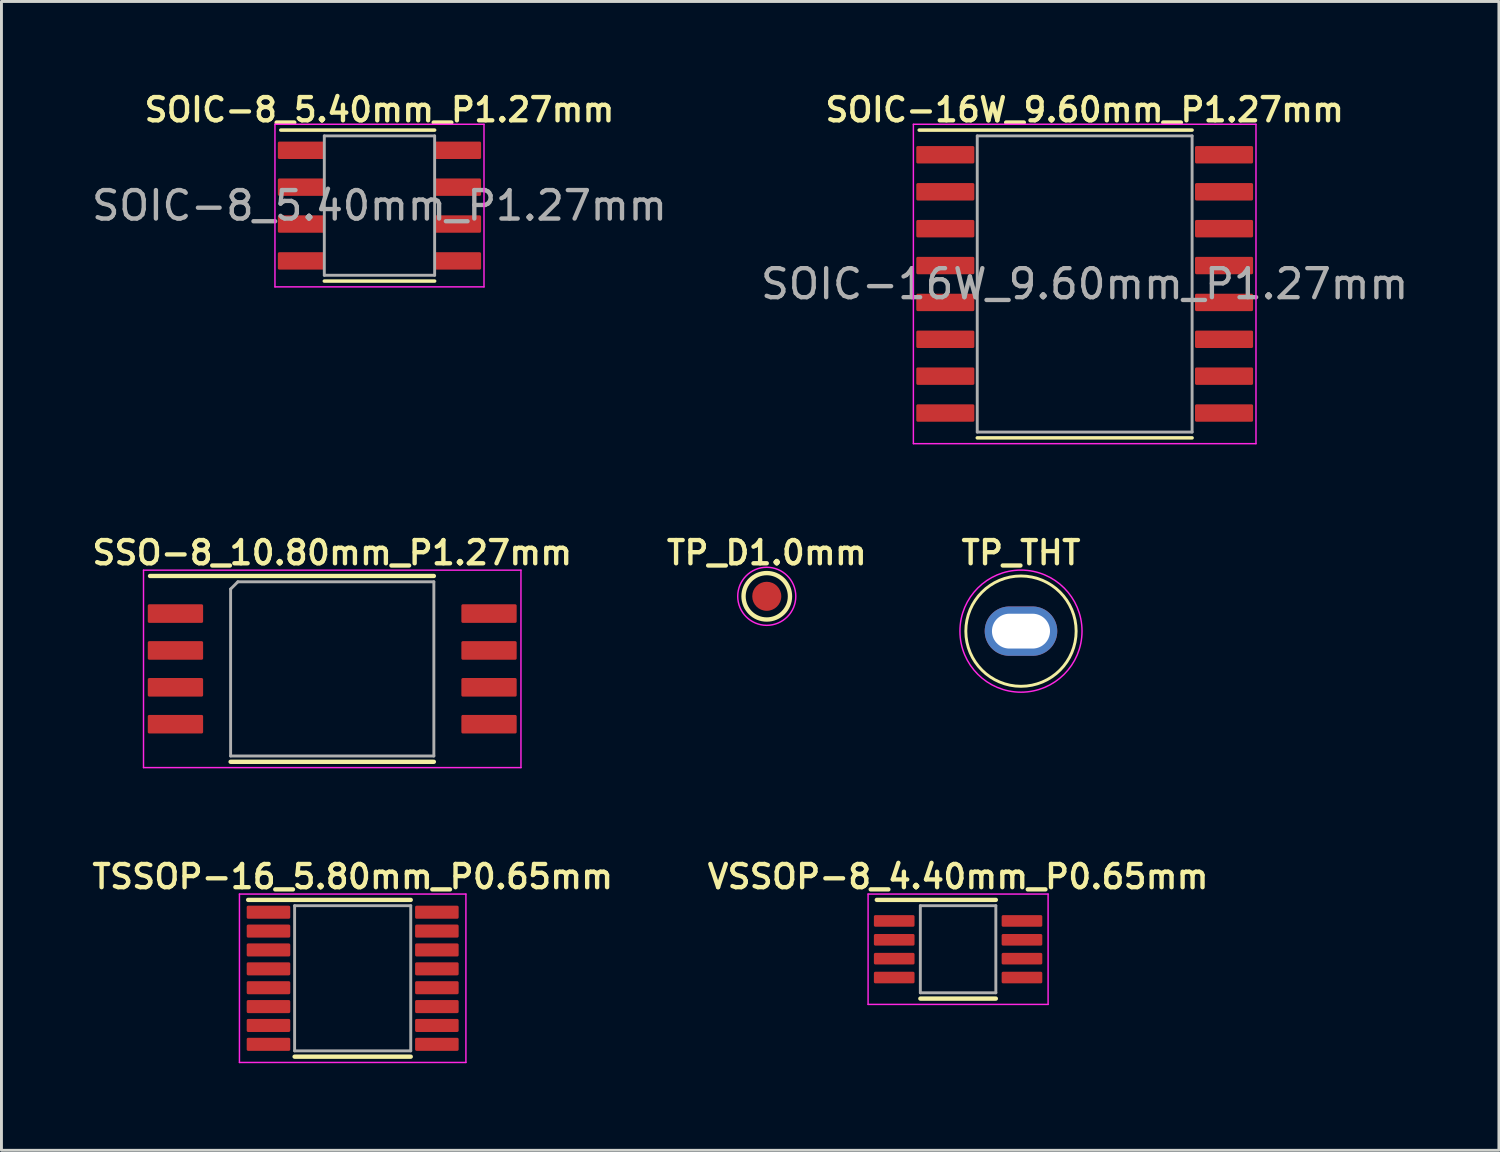
<source format=kicad_pcb>
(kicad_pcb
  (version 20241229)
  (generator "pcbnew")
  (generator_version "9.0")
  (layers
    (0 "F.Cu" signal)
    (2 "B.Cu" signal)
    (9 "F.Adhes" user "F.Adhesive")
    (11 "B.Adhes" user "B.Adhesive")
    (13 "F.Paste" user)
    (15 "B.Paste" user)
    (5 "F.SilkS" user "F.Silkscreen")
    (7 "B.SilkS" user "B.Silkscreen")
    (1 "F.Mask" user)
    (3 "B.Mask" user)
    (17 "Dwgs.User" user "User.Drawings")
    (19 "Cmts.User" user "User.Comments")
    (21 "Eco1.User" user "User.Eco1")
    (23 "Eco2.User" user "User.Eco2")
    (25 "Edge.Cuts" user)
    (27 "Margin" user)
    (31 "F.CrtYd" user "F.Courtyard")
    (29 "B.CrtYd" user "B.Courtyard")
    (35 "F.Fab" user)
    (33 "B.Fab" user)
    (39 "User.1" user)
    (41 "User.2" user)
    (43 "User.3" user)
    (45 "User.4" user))
  (footprint "SOIC-16W_9.60mm_P1.27mm"
    (layer "F.Cu")
    (at 34.309 6.731)
    (property "Reference" "SOIC-16W_9.60mm_P1.27mm" (at 0 -6 0) (layer "F.SilkS") (effects (font (size 0.8 0.8) (thickness 0.15))))
    (attr smd)
    (fp_line (start 3.7 -5.3) (end -5.7 -5.3) (stroke (width 0.12) (type solid)) (layer "F.SilkS"))
    (fp_line (start 3.7 5.3) (end -3.7 5.3) (stroke (width 0.12) (type solid)) (layer "F.SilkS"))
    (fp_line (start -5.9 -5.5) (end -5.9 5.5) (stroke (width 0.05) (type solid)) (layer "F.CrtYd"))
    (fp_line (start -5.9 5.5) (end 5.9 5.5) (stroke (width 0.05) (type solid)) (layer "F.CrtYd"))
    (fp_line (start 5.9 -5.5) (end -5.9 -5.5) (stroke (width 0.05) (type solid)) (layer "F.CrtYd"))
    (fp_line (start 5.9 5.5) (end 5.9 -5.5) (stroke (width 0.05) (type solid)) (layer "F.CrtYd"))
    (fp_line (start -3.7 -5.1) (end 3.7 -5.1) (stroke (width 0.1) (type solid)) (layer "F.Fab"))
    (fp_line (start -3.7 5.1) (end -3.7 -5.1) (stroke (width 0.1) (type solid)) (layer "F.Fab"))
    (fp_line (start 3.7 -5.1) (end 3.7 5.1) (stroke (width 0.1) (type solid)) (layer "F.Fab"))
    (fp_line (start 3.7 5.1) (end -3.7 5.1) (stroke (width 0.1) (type solid)) (layer "F.Fab"))
    (fp_text user "${REFERENCE}" (at 0 0 0) (layer "F.Fab") (effects (font (size 1 1) (thickness 0.15))))
    (pad "1" smd roundrect (at -4.8 -4.45) (size 2 0.6) (layers "F.Cu" "F.Mask" "F.Paste") (roundrect_rratio 0.083))
    (pad "2" smd roundrect (at -4.8 -3.175) (size 2 0.6) (layers "F.Cu" "F.Mask" "F.Paste") (roundrect_rratio 0.083))
    (pad "3" smd roundrect (at -4.8 -1.905) (size 2 0.6) (layers "F.Cu" "F.Mask" "F.Paste") (roundrect_rratio 0.083))
    (pad "4" smd roundrect (at -4.8 -0.635) (size 2 0.6) (layers "F.Cu" "F.Mask" "F.Paste") (roundrect_rratio 0.083))
    (pad "5" smd roundrect (at -4.8 0.635) (size 2 0.6) (layers "F.Cu" "F.Mask" "F.Paste") (roundrect_rratio 0.083))
    (pad "6" smd roundrect (at -4.8 1.905) (size 2 0.6) (layers "F.Cu" "F.Mask" "F.Paste") (roundrect_rratio 0.083))
    (pad "7" smd roundrect (at -4.8 3.175) (size 2 0.6) (layers "F.Cu" "F.Mask" "F.Paste") (roundrect_rratio 0.083))
    (pad "8" smd roundrect (at -4.8 4.445) (size 2 0.6) (layers "F.Cu" "F.Mask" "F.Paste") (roundrect_rratio 0.083))
    (pad "9" smd roundrect (at 4.8 4.445) (size 2 0.6) (layers "F.Cu" "F.Mask" "F.Paste") (roundrect_rratio 0.083))
    (pad "10" smd roundrect (at 4.8 3.175) (size 2 0.6) (layers "F.Cu" "F.Mask" "F.Paste") (roundrect_rratio 0.083))
    (pad "11" smd roundrect (at 4.8 1.905) (size 2 0.6) (layers "F.Cu" "F.Mask" "F.Paste") (roundrect_rratio 0.083))
    (pad "12" smd roundrect (at 4.8 0.635) (size 2 0.6) (layers "F.Cu" "F.Mask" "F.Paste") (roundrect_rratio 0.083))
    (pad "13" smd roundrect (at 4.8 -0.635) (size 2 0.6) (layers "F.Cu" "F.Mask" "F.Paste") (roundrect_rratio 0.083))
    (pad "14" smd roundrect (at 4.8 -1.905) (size 2 0.6) (layers "F.Cu" "F.Mask" "F.Paste") (roundrect_rratio 0.083))
    (pad "15" smd roundrect (at 4.8 -3.175) (size 2 0.6) (layers "F.Cu" "F.Mask" "F.Paste") (roundrect_rratio 0.083))
    (pad "16" smd roundrect (at 4.8 -4.45) (size 2 0.6) (layers "F.Cu" "F.Mask" "F.Paste") (roundrect_rratio 0.083)))
  (footprint "TP_THT"
    (layer "F.Cu")
    (at 32.115 18.688)
    (property "Reference" "TP_THT" (at 0 -2.7 0) (layer "F.SilkS") (effects (font (size 0.8 0.8) (thickness 0.15))))
    (attr exclude_from_pos_files exclude_from_bom)
    (fp_circle (center 0 0) (end -1.9 0) (stroke (width 0.1) (type default)) (fill no) (layer "F.SilkS"))
    (fp_circle (center 0 0) (end -2.1 0.1) (stroke (width 0.05) (type default)) (fill no) (layer "F.CrtYd"))
    (pad "1" thru_hole oval (at 0 0) (size 2.5 1.7) (drill oval 2 1.2) (layers "*.Cu" "*.Mask")))
  (footprint "TSSOP-16_5.80mm_P0.65mm"
    (layer "F.Cu")
    (at 9.097 30.644)
    (property "Reference" "TSSOP-16_5.80mm_P0.65mm" (at 0 -3.5 0) (layer "F.SilkS") (effects (font (size 0.8 0.8) (thickness 0.15))))
    (attr smd)
    (fp_line (start -2 2.7) (end 2 2.7) (stroke (width 0.15) (type solid)) (layer "F.SilkS"))
    (fp_line (start 2 -2.7) (end -3.6 -2.7) (stroke (width 0.15) (type solid)) (layer "F.SilkS"))
    (fp_line (start -3.9 -2.9) (end -3.9 2.9) (stroke (width 0.05) (type solid)) (layer "F.CrtYd"))
    (fp_line (start -3.9 2.9) (end 3.9 2.9) (stroke (width 0.05) (type solid)) (layer "F.CrtYd"))
    (fp_line (start 3.9 -2.9) (end -3.9 -2.9) (stroke (width 0.05) (type solid)) (layer "F.CrtYd"))
    (fp_line (start 3.9 2.9) (end 3.9 -2.9) (stroke (width 0.05) (type solid)) (layer "F.CrtYd"))
    (fp_line (start -2 -2.5) (end 2 -2.5) (stroke (width 0.1) (type solid)) (layer "F.Fab"))
    (fp_line (start -2 2.5) (end -2 -2.5) (stroke (width 0.1) (type solid)) (layer "F.Fab"))
    (fp_line (start 2 -2.5) (end 2 2.5) (stroke (width 0.1) (type solid)) (layer "F.Fab"))
    (fp_line (start 2 2.5) (end -2 2.5) (stroke (width 0.1) (type solid)) (layer "F.Fab"))
    (pad "1" smd roundrect (at -2.9 -2.275) (size 1.5 0.45) (layers "F.Cu" "F.Mask" "F.Paste") (roundrect_rratio 0.111))
    (pad "2" smd roundrect (at -2.9 -1.625) (size 1.5 0.45) (layers "F.Cu" "F.Mask" "F.Paste") (roundrect_rratio 0.111))
    (pad "3" smd roundrect (at -2.9 -0.975) (size 1.5 0.45) (layers "F.Cu" "F.Mask" "F.Paste") (roundrect_rratio 0.111))
    (pad "4" smd roundrect (at -2.9 -0.325) (size 1.5 0.45) (layers "F.Cu" "F.Mask" "F.Paste") (roundrect_rratio 0.111))
    (pad "5" smd roundrect (at -2.9 0.325) (size 1.5 0.45) (layers "F.Cu" "F.Mask" "F.Paste") (roundrect_rratio 0.111))
    (pad "6" smd roundrect (at -2.9 0.975) (size 1.5 0.45) (layers "F.Cu" "F.Mask" "F.Paste") (roundrect_rratio 0.111))
    (pad "7" smd roundrect (at -2.9 1.625) (size 1.5 0.45) (layers "F.Cu" "F.Mask" "F.Paste") (roundrect_rratio 0.111))
    (pad "8" smd roundrect (at -2.9 2.275) (size 1.5 0.45) (layers "F.Cu" "F.Mask" "F.Paste") (roundrect_rratio 0.111))
    (pad "9" smd roundrect (at 2.9 2.275) (size 1.5 0.45) (layers "F.Cu" "F.Mask" "F.Paste") (roundrect_rratio 0.111))
    (pad "10" smd roundrect (at 2.9 1.625) (size 1.5 0.45) (layers "F.Cu" "F.Mask" "F.Paste") (roundrect_rratio 0.111))
    (pad "11" smd roundrect (at 2.9 0.975) (size 1.5 0.45) (layers "F.Cu" "F.Mask" "F.Paste") (roundrect_rratio 0.111))
    (pad "12" smd roundrect (at 2.9 0.325) (size 1.5 0.45) (layers "F.Cu" "F.Mask" "F.Paste") (roundrect_rratio 0.111))
    (pad "13" smd roundrect (at 2.9 -0.325) (size 1.5 0.45) (layers "F.Cu" "F.Mask" "F.Paste") (roundrect_rratio 0.111))
    (pad "14" smd roundrect (at 2.9 -0.975) (size 1.5 0.45) (layers "F.Cu" "F.Mask" "F.Paste") (roundrect_rratio 0.111))
    (pad "15" smd roundrect (at 2.9 -1.625) (size 1.5 0.45) (layers "F.Cu" "F.Mask" "F.Paste") (roundrect_rratio 0.111))
    (pad "16" smd roundrect (at 2.9 -2.275) (size 1.5 0.45) (layers "F.Cu" "F.Mask" "F.Paste") (roundrect_rratio 0.111)))
  (footprint "TP_D1.0mm"
    (layer "F.Cu")
    (at 23.359 17.488)
    (property "Reference" "TP_D1.0mm" (at 0 -1.5 0) (layer "F.SilkS") (effects (font (size 0.8 0.8) (thickness 0.15))))
    (attr exclude_from_pos_files exclude_from_bom)
    (fp_circle (center 0 0) (end 0.8 0) (stroke (width 0.15) (type solid)) (fill no) (layer "F.SilkS"))
    (fp_circle (center 0 0) (end 1 0) (stroke (width 0.05) (type solid)) (fill no) (layer "F.CrtYd"))
    (pad "1" smd circle (at 0 0) (size 1 1) (layers "F.Cu" "F.Mask")))
  (footprint "VSSOP-8_4.40mm_P0.65mm"
    (layer "F.Cu")
    (at 29.949 29.644)
    (property "Reference" "VSSOP-8_4.40mm_P0.65mm" (at 0 -2.5 0) (layer "F.SilkS") (effects (font (size 0.8 0.8) (thickness 0.15))))
    (attr smd)
    (fp_line (start 1.3 -1.7) (end -2.8 -1.7) (stroke (width 0.15) (type solid)) (layer "F.SilkS"))
    (fp_line (start 1.3 1.7) (end -1.3 1.7) (stroke (width 0.15) (type solid)) (layer "F.SilkS"))
    (fp_line (start -3.1 -1.9) (end 3.1 -1.9) (stroke (width 0.05) (type solid)) (layer "F.CrtYd"))
    (fp_line (start -3.1 1.9) (end -3.1 -1.9) (stroke (width 0.05) (type solid)) (layer "F.CrtYd"))
    (fp_line (start 3.1 -1.9) (end 3.1 1.9) (stroke (width 0.05) (type solid)) (layer "F.CrtYd"))
    (fp_line (start 3.1 1.9) (end -3.1 1.9) (stroke (width 0.05) (type solid)) (layer "F.CrtYd"))
    (fp_line (start -1.3 -1.5) (end 1.3 -1.5) (stroke (width 0.1) (type solid)) (layer "F.Fab"))
    (fp_line (start -1.3 1.5) (end -1.3 -1.5) (stroke (width 0.1) (type solid)) (layer "F.Fab"))
    (fp_line (start 1.3 -1.5) (end 1.3 1.5) (stroke (width 0.1) (type solid)) (layer "F.Fab"))
    (fp_line (start 1.3 1.5) (end -1.3 1.5) (stroke (width 0.1) (type solid)) (layer "F.Fab"))
    (pad "1" smd roundrect (at -2.2 -0.975) (size 1.4 0.4) (layers "F.Cu" "F.Mask" "F.Paste") (roundrect_rratio 0.125))
    (pad "2" smd roundrect (at -2.2 -0.325) (size 1.4 0.4) (layers "F.Cu" "F.Mask" "F.Paste") (roundrect_rratio 0.125))
    (pad "3" smd roundrect (at -2.2 0.325) (size 1.4 0.4) (layers "F.Cu" "F.Mask" "F.Paste") (roundrect_rratio 0.125))
    (pad "4" smd roundrect (at -2.2 0.975) (size 1.4 0.4) (layers "F.Cu" "F.Mask" "F.Paste") (roundrect_rratio 0.125))
    (pad "5" smd roundrect (at 2.2 0.975) (size 1.4 0.4) (layers "F.Cu" "F.Mask" "F.Paste") (roundrect_rratio 0.125))
    (pad "6" smd roundrect (at 2.2 0.325) (size 1.4 0.4) (layers "F.Cu" "F.Mask" "F.Paste") (roundrect_rratio 0.125))
    (pad "7" smd roundrect (at 2.2 -0.325) (size 1.4 0.4) (layers "F.Cu" "F.Mask" "F.Paste") (roundrect_rratio 0.125))
    (pad "8" smd roundrect (at 2.2 -0.975) (size 1.4 0.4) (layers "F.Cu" "F.Mask" "F.Paste") (roundrect_rratio 0.125)))
  (footprint "SOIC-8_5.40mm_P1.27mm"
    (layer "F.Cu")
    (at 10.02 4.031)
    (property "Reference" "SOIC-8_5.40mm_P1.27mm" (at 0 -3.3 0) (layer "F.SilkS") (effects (font (size 0.8 0.8) (thickness 0.15))))
    (attr smd)
    (fp_line (start -3.4 -2.6) (end 1.9 -2.6) (stroke (width 0.12) (type solid)) (layer "F.SilkS"))
    (fp_line (start -1.9 2.6) (end 1.9 2.6) (stroke (width 0.12) (type solid)) (layer "F.SilkS"))
    (fp_line (start -3.6 -2.8) (end -3.6 2.8) (stroke (width 0.05) (type solid)) (layer "F.CrtYd"))
    (fp_line (start -3.6 2.8) (end 3.6 2.8) (stroke (width 0.05) (type solid)) (layer "F.CrtYd"))
    (fp_line (start 3.6 -2.8) (end -3.6 -2.8) (stroke (width 0.05) (type solid)) (layer "F.CrtYd"))
    (fp_line (start 3.6 2.8) (end 3.6 -2.8) (stroke (width 0.05) (type solid)) (layer "F.CrtYd"))
    (fp_line (start -1.9 -2.4) (end 1.9 -2.4) (stroke (width 0.1) (type solid)) (layer "F.Fab"))
    (fp_line (start -1.9 2.4) (end -1.9 -2.4) (stroke (width 0.1) (type solid)) (layer "F.Fab"))
    (fp_line (start 1.9 -2.4) (end 1.9 2.4) (stroke (width 0.1) (type solid)) (layer "F.Fab"))
    (fp_line (start 1.9 2.4) (end -1.9 2.4) (stroke (width 0.1) (type solid)) (layer "F.Fab"))
    (fp_text user "${REFERENCE}" (at 0 0 0) (layer "F.Fab") (effects (font (size 0.98 0.98) (thickness 0.15))))
    (pad "1" smd roundrect (at -2.7 -1.905) (size 1.6 0.6) (layers "F.Cu" "F.Mask" "F.Paste") (roundrect_rratio 0.083))
    (pad "2" smd roundrect (at -2.7 -0.635) (size 1.6 0.6) (layers "F.Cu" "F.Mask" "F.Paste") (roundrect_rratio 0.083))
    (pad "3" smd roundrect (at -2.7 0.635) (size 1.6 0.6) (layers "F.Cu" "F.Mask" "F.Paste") (roundrect_rratio 0.083))
    (pad "4" smd roundrect (at -2.7 1.905) (size 1.6 0.6) (layers "F.Cu" "F.Mask" "F.Paste") (roundrect_rratio 0.083))
    (pad "5" smd roundrect (at 2.7 1.905) (size 1.6 0.6) (layers "F.Cu" "F.Mask" "F.Paste") (roundrect_rratio 0.083))
    (pad "6" smd roundrect (at 2.7 0.635) (size 1.6 0.6) (layers "F.Cu" "F.Mask" "F.Paste") (roundrect_rratio 0.083))
    (pad "7" smd roundrect (at 2.7 -0.635) (size 1.6 0.6) (layers "F.Cu" "F.Mask" "F.Paste") (roundrect_rratio 0.083))
    (pad "8" smd roundrect (at 2.7 -1.905) (size 1.6 0.6) (layers "F.Cu" "F.Mask" "F.Paste") (roundrect_rratio 0.083)))
  (footprint "SSO-8_10.80mm_P1.27mm"
    (layer "F.Cu")
    (at 8.393 19.988)
    (property "Reference" "SSO-8_10.80mm_P1.27mm" (at 0 -4 0) (layer "F.SilkS") (effects (font (size 0.8 0.8) (thickness 0.15))))
    (attr smd)
    (fp_line (start -3.5 3.2) (end 3.5 3.2) (stroke (width 0.15) (type solid)) (layer "F.SilkS"))
    (fp_line (start 3.5 -3.2) (end -6.275 -3.2) (stroke (width 0.15) (type solid)) (layer "F.SilkS"))
    (fp_line (start -6.5 -3.4) (end -6.5 3.4) (stroke (width 0.05) (type solid)) (layer "F.CrtYd"))
    (fp_line (start -6.5 -3.4) (end 6.5 -3.4) (stroke (width 0.05) (type solid)) (layer "F.CrtYd"))
    (fp_line (start 6.5 3.4) (end -6.5 3.4) (stroke (width 0.05) (type solid)) (layer "F.CrtYd"))
    (fp_line (start 6.5 3.4) (end 6.5 -3.4) (stroke (width 0.05) (type solid)) (layer "F.CrtYd"))
    (fp_line (start -3.5 -2.75) (end -3.5 3) (stroke (width 0.1) (type solid)) (layer "F.Fab"))
    (fp_line (start -3.5 -2.75) (end -3.25 -3) (stroke (width 0.1) (type default)) (layer "F.Fab"))
    (fp_line (start -3.5 3) (end 3.5 3) (stroke (width 0.1) (type solid)) (layer "F.Fab"))
    (fp_line (start 3.5 -3) (end -3.25 -3) (stroke (width 0.1) (type solid)) (layer "F.Fab"))
    (fp_line (start 3.5 3) (end 3.5 -3) (stroke (width 0.1) (type solid)) (layer "F.Fab"))
    (pad "1" smd roundrect (at -5.4 -1.905) (size 1.905 0.64) (layers "F.Cu" "F.Mask" "F.Paste") (roundrect_rratio 0.078))
    (pad "2" smd roundrect (at -5.4 -0.635) (size 1.905 0.64) (layers "F.Cu" "F.Mask" "F.Paste") (roundrect_rratio 0.078))
    (pad "3" smd roundrect (at -5.4 0.635) (size 1.905 0.64) (layers "F.Cu" "F.Mask" "F.Paste") (roundrect_rratio 0.078))
    (pad "4" smd roundrect (at -5.4 1.905) (size 1.905 0.64) (layers "F.Cu" "F.Mask" "F.Paste") (roundrect_rratio 0.078))
    (pad "5" smd roundrect (at 5.4 1.905) (size 1.905 0.64) (layers "F.Cu" "F.Mask" "F.Paste") (roundrect_rratio 0.078))
    (pad "6" smd roundrect (at 5.4 0.635) (size 1.905 0.64) (layers "F.Cu" "F.Mask" "F.Paste") (roundrect_rratio 0.078))
    (pad "7" smd roundrect (at 5.4 -0.635) (size 1.905 0.64) (layers "F.Cu" "F.Mask" "F.Paste") (roundrect_rratio 0.078))
    (pad "8" smd roundrect (at 5.4 -1.905) (size 1.905 0.64) (layers "F.Cu" "F.Mask" "F.Paste") (roundrect_rratio 0.078)))
  (gr_rect
    (start -3 -3)
    (end 48.576 36.569)
    (stroke (width 0.1) (type default))
    (fill no)
    (layer "Edge.Cuts")))
</source>
